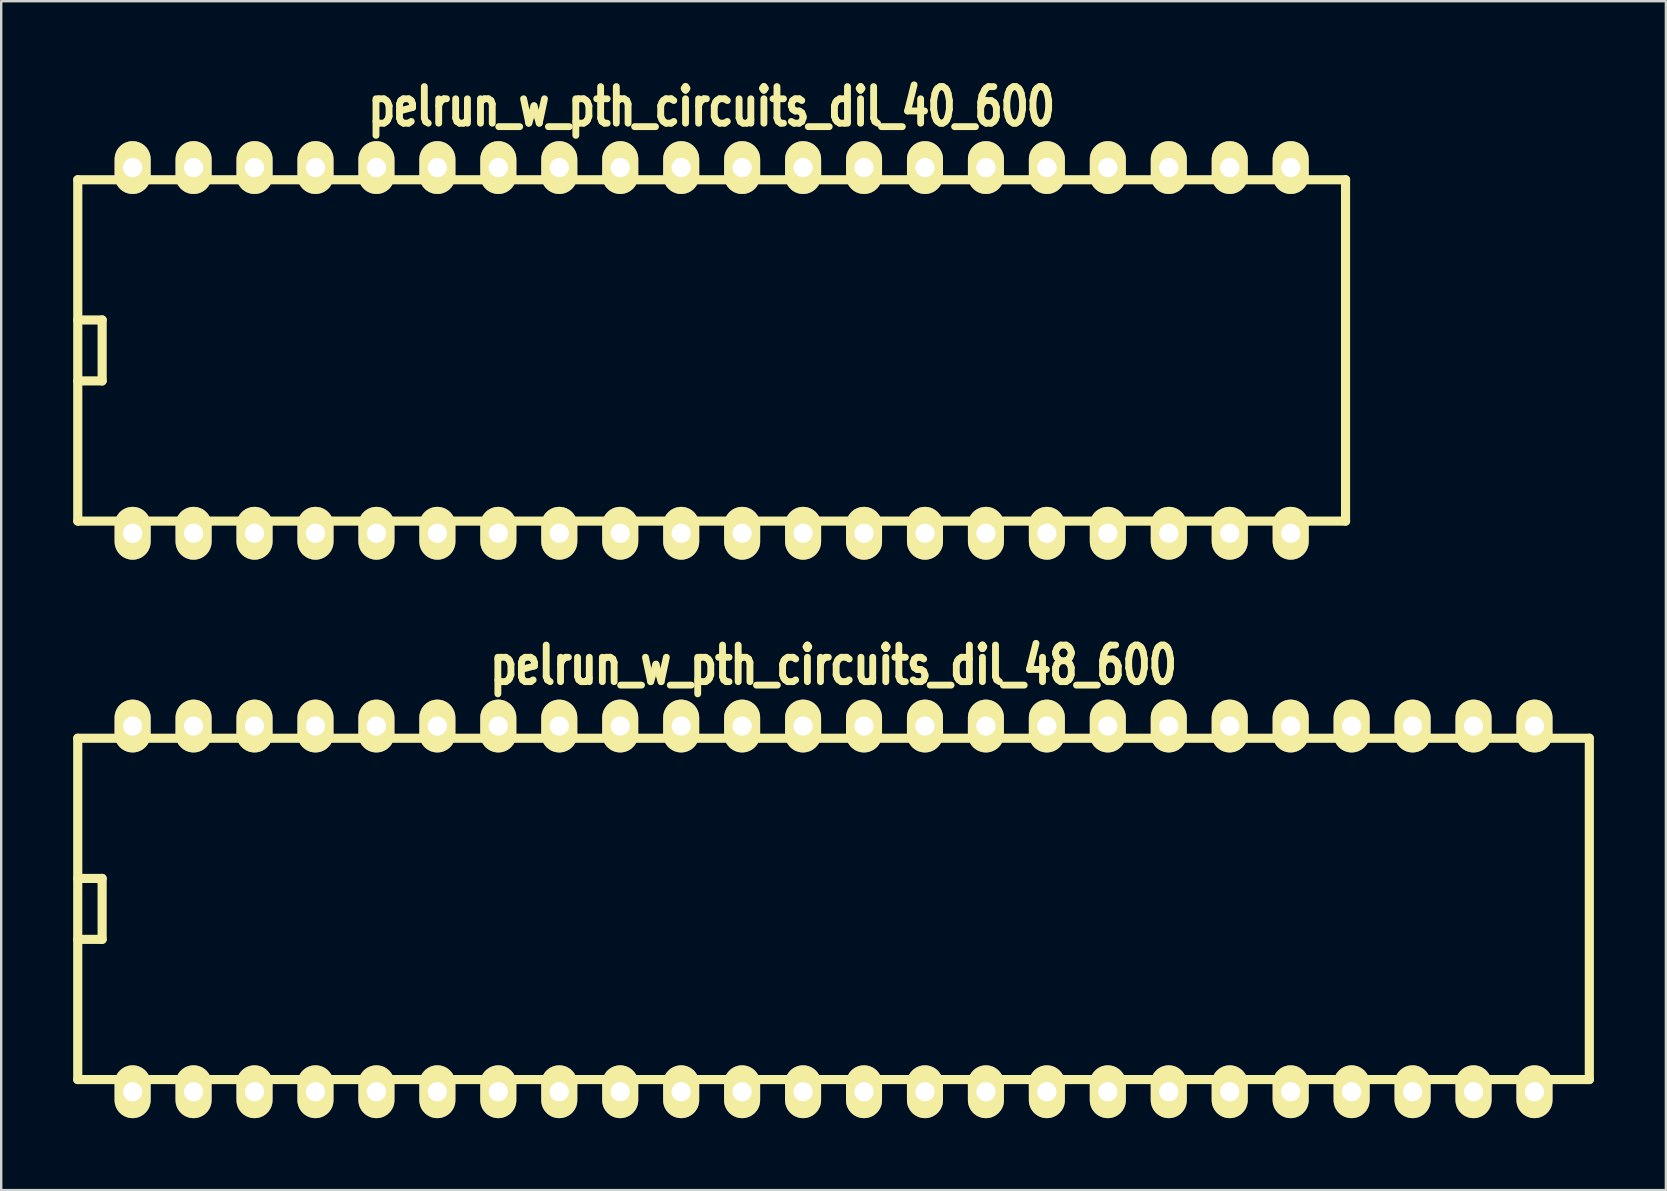
<source format=kicad_pcb>
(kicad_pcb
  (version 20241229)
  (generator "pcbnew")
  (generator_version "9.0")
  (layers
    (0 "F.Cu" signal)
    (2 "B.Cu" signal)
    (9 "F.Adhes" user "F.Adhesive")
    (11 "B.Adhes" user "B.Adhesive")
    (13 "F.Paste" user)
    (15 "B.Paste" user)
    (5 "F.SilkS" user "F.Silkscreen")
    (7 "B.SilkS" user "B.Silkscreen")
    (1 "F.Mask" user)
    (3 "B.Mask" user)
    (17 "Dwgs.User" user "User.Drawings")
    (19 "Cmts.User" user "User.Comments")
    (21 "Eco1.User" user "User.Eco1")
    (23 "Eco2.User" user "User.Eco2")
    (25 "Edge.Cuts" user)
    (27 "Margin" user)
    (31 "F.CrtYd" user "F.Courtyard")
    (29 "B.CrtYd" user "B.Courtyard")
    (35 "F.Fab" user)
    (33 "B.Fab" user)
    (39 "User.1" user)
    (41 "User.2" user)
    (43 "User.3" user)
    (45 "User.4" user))
  (footprint "pelrun_w_pth_circuits_dil_48_600"
    (layer "F.Cu")
    (at 31.686 34.826)
    (property "Reference" "pelrun_w_pth_circuits_dil_48_600" (at 0 -10.16 0) (layer "F.SilkS") (effects (font (size 1.524 1.143) (thickness 0.287))))
    (attr through_hole)
    (fp_line (start -31.496 -7.112) (end -31.496 7.112) (stroke (width 0.381) (type solid)) (layer "F.SilkS"))
    (fp_line (start -30.48 -1.27) (end -31.496 -1.27) (stroke (width 0.381) (type solid)) (layer "F.SilkS"))
    (fp_line (start -30.48 -1.27) (end -30.48 1.27) (stroke (width 0.381) (type solid)) (layer "F.SilkS"))
    (fp_line (start -30.48 1.27) (end -31.496 1.27) (stroke (width 0.381) (type solid)) (layer "F.SilkS"))
    (fp_line (start 31.496 -7.112) (end -31.496 -7.112) (stroke (width 0.381) (type solid)) (layer "F.SilkS"))
    (fp_line (start 31.496 7.112) (end -31.496 7.112) (stroke (width 0.381) (type solid)) (layer "F.SilkS"))
    (fp_line (start 31.496 7.112) (end 31.496 -7.112) (stroke (width 0.381) (type solid)) (layer "F.SilkS"))
    (pad "1" thru_hole oval (at -29.21 7.62) (size 1.501 2.2) (drill 0.8) (layers "*.Cu" "*.Mask" "F.SilkS"))
    (pad "2" thru_hole oval (at -26.67 7.62) (size 1.501 2.2) (drill 0.8) (layers "*.Cu" "*.Mask" "F.SilkS"))
    (pad "3" thru_hole oval (at -24.13 7.62) (size 1.501 2.2) (drill 0.8) (layers "*.Cu" "*.Mask" "F.SilkS"))
    (pad "4" thru_hole oval (at -21.59 7.62) (size 1.501 2.2) (drill 0.8) (layers "*.Cu" "*.Mask" "F.SilkS"))
    (pad "5" thru_hole oval (at -19.05 7.62) (size 1.501 2.2) (drill 0.8) (layers "*.Cu" "*.Mask" "F.SilkS"))
    (pad "6" thru_hole oval (at -16.51 7.62) (size 1.501 2.2) (drill 0.8) (layers "*.Cu" "*.Mask" "F.SilkS"))
    (pad "7" thru_hole oval (at -13.97 7.62) (size 1.501 2.2) (drill 0.8) (layers "*.Cu" "*.Mask" "F.SilkS"))
    (pad "8" thru_hole oval (at -11.43 7.62) (size 1.501 2.2) (drill 0.8) (layers "*.Cu" "*.Mask" "F.SilkS"))
    (pad "9" thru_hole oval (at -8.89 7.62) (size 1.501 2.2) (drill 0.8) (layers "*.Cu" "*.Mask" "F.SilkS"))
    (pad "10" thru_hole oval (at -6.35 7.62) (size 1.501 2.2) (drill 0.8) (layers "*.Cu" "*.Mask" "F.SilkS"))
    (pad "11" thru_hole oval (at -3.81 7.62) (size 1.501 2.2) (drill 0.8) (layers "*.Cu" "*.Mask" "F.SilkS"))
    (pad "12" thru_hole oval (at -1.27 7.62) (size 1.501 2.2) (drill 0.8) (layers "*.Cu" "*.Mask" "F.SilkS"))
    (pad "13" thru_hole oval (at 1.27 7.62) (size 1.501 2.2) (drill 0.8) (layers "*.Cu" "*.Mask" "F.SilkS"))
    (pad "14" thru_hole oval (at 3.81 7.62) (size 1.501 2.2) (drill 0.8) (layers "*.Cu" "*.Mask" "F.SilkS"))
    (pad "15" thru_hole oval (at 6.35 7.62) (size 1.501 2.2) (drill 0.8) (layers "*.Cu" "*.Mask" "F.SilkS"))
    (pad "16" thru_hole oval (at 8.89 7.62) (size 1.501 2.2) (drill 0.8) (layers "*.Cu" "*.Mask" "F.SilkS"))
    (pad "17" thru_hole oval (at 11.43 7.62) (size 1.501 2.2) (drill 0.8) (layers "*.Cu" "*.Mask" "F.SilkS"))
    (pad "18" thru_hole oval (at 13.97 7.62) (size 1.501 2.2) (drill 0.8) (layers "*.Cu" "*.Mask" "F.SilkS"))
    (pad "19" thru_hole oval (at 16.51 7.62) (size 1.501 2.2) (drill 0.8) (layers "*.Cu" "*.Mask" "F.SilkS"))
    (pad "20" thru_hole oval (at 19.05 7.62) (size 1.501 2.2) (drill 0.8) (layers "*.Cu" "*.Mask" "F.SilkS"))
    (pad "21" thru_hole oval (at 21.59 7.62) (size 1.501 2.2) (drill 0.8) (layers "*.Cu" "*.Mask" "F.SilkS"))
    (pad "22" thru_hole oval (at 24.13 7.62) (size 1.501 2.2) (drill 0.8) (layers "*.Cu" "*.Mask" "F.SilkS"))
    (pad "23" thru_hole oval (at 26.67 7.62) (size 1.501 2.2) (drill 0.8) (layers "*.Cu" "*.Mask" "F.SilkS"))
    (pad "24" thru_hole oval (at 29.21 7.62) (size 1.501 2.2) (drill 0.8) (layers "*.Cu" "*.Mask" "F.SilkS"))
    (pad "25" thru_hole oval (at 29.21 -7.62) (size 1.501 2.2) (drill 0.8) (layers "*.Cu" "*.Mask" "F.SilkS"))
    (pad "26" thru_hole oval (at 26.67 -7.62) (size 1.501 2.2) (drill 0.8) (layers "*.Cu" "*.Mask" "F.SilkS"))
    (pad "27" thru_hole oval (at 24.13 -7.62) (size 1.501 2.2) (drill 0.8) (layers "*.Cu" "*.Mask" "F.SilkS"))
    (pad "28" thru_hole oval (at 21.59 -7.62) (size 1.501 2.2) (drill 0.8) (layers "*.Cu" "*.Mask" "F.SilkS"))
    (pad "29" thru_hole oval (at 19.05 -7.62) (size 1.501 2.2) (drill 0.8) (layers "*.Cu" "*.Mask" "F.SilkS"))
    (pad "30" thru_hole oval (at 16.51 -7.62) (size 1.501 2.2) (drill 0.8) (layers "*.Cu" "*.Mask" "F.SilkS"))
    (pad "31" thru_hole oval (at 13.97 -7.62) (size 1.501 2.2) (drill 0.8) (layers "*.Cu" "*.Mask" "F.SilkS"))
    (pad "32" thru_hole oval (at 11.43 -7.62) (size 1.501 2.2) (drill 0.8) (layers "*.Cu" "*.Mask" "F.SilkS"))
    (pad "33" thru_hole oval (at 8.89 -7.62) (size 1.501 2.2) (drill 0.8) (layers "*.Cu" "*.Mask" "F.SilkS"))
    (pad "34" thru_hole oval (at 6.35 -7.62) (size 1.501 2.2) (drill 0.8) (layers "*.Cu" "*.Mask" "F.SilkS"))
    (pad "35" thru_hole oval (at 3.81 -7.62) (size 1.501 2.2) (drill 0.8) (layers "*.Cu" "*.Mask" "F.SilkS"))
    (pad "36" thru_hole oval (at 1.27 -7.62) (size 1.501 2.2) (drill 0.8) (layers "*.Cu" "*.Mask" "F.SilkS"))
    (pad "37" thru_hole oval (at -1.27 -7.62) (size 1.501 2.2) (drill 0.8) (layers "*.Cu" "*.Mask" "F.SilkS"))
    (pad "38" thru_hole oval (at -3.81 -7.62) (size 1.501 2.2) (drill 0.8) (layers "*.Cu" "*.Mask" "F.SilkS"))
    (pad "39" thru_hole oval (at -6.35 -7.62) (size 1.501 2.2) (drill 0.8) (layers "*.Cu" "*.Mask" "F.SilkS"))
    (pad "40" thru_hole oval (at -8.89 -7.62) (size 1.501 2.2) (drill 0.8) (layers "*.Cu" "*.Mask" "F.SilkS"))
    (pad "41" thru_hole oval (at -11.43 -7.62) (size 1.501 2.2) (drill 0.8) (layers "*.Cu" "*.Mask" "F.SilkS"))
    (pad "42" thru_hole oval (at -13.97 -7.62) (size 1.501 2.2) (drill 0.8) (layers "*.Cu" "*.Mask" "F.SilkS"))
    (pad "43" thru_hole oval (at -16.51 -7.62) (size 1.501 2.2) (drill 0.8) (layers "*.Cu" "*.Mask" "F.SilkS"))
    (pad "44" thru_hole oval (at -19.05 -7.62) (size 1.501 2.2) (drill 0.8) (layers "*.Cu" "*.Mask" "F.SilkS"))
    (pad "45" thru_hole oval (at -21.59 -7.62) (size 1.501 2.2) (drill 0.8) (layers "*.Cu" "*.Mask" "F.SilkS"))
    (pad "46" thru_hole oval (at -24.13 -7.62) (size 1.501 2.2) (drill 0.8) (layers "*.Cu" "*.Mask" "F.SilkS"))
    (pad "47" thru_hole oval (at -26.67 -7.62) (size 1.501 2.2) (drill 0.8) (layers "*.Cu" "*.Mask" "F.SilkS"))
    (pad "48" thru_hole oval (at -29.21 -7.62) (size 1.501 2.2) (drill 0.8) (layers "*.Cu" "*.Mask" "F.SilkS")))
  (footprint "pelrun_w_pth_circuits_dil_40_600"
    (layer "F.Cu")
    (at 26.607 11.553)
    (property "Reference" "pelrun_w_pth_circuits_dil_40_600" (at 0 -10.16 0) (layer "F.SilkS") (effects (font (size 1.524 1.143) (thickness 0.287))))
    (attr through_hole)
    (fp_line (start -26.416 -7.112) (end -26.416 7.112) (stroke (width 0.381) (type solid)) (layer "F.SilkS"))
    (fp_line (start -25.4 -1.27) (end -26.416 -1.27) (stroke (width 0.381) (type solid)) (layer "F.SilkS"))
    (fp_line (start -25.4 -1.27) (end -25.4 1.27) (stroke (width 0.381) (type solid)) (layer "F.SilkS"))
    (fp_line (start -25.4 1.27) (end -26.416 1.27) (stroke (width 0.381) (type solid)) (layer "F.SilkS"))
    (fp_line (start 26.416 -7.112) (end -26.416 -7.112) (stroke (width 0.381) (type solid)) (layer "F.SilkS"))
    (fp_line (start 26.416 7.112) (end -26.416 7.112) (stroke (width 0.381) (type solid)) (layer "F.SilkS"))
    (fp_line (start 26.416 7.112) (end 26.416 -7.112) (stroke (width 0.381) (type solid)) (layer "F.SilkS"))
    (pad "1" thru_hole oval (at -24.13 7.62) (size 1.501 2.2) (drill 0.8) (layers "*.Cu" "*.Mask" "F.SilkS"))
    (pad "2" thru_hole oval (at -21.59 7.62) (size 1.501 2.2) (drill 0.8) (layers "*.Cu" "*.Mask" "F.SilkS"))
    (pad "3" thru_hole oval (at -19.05 7.62) (size 1.501 2.2) (drill 0.8) (layers "*.Cu" "*.Mask" "F.SilkS"))
    (pad "4" thru_hole oval (at -16.51 7.62) (size 1.501 2.2) (drill 0.8) (layers "*.Cu" "*.Mask" "F.SilkS"))
    (pad "5" thru_hole oval (at -13.97 7.62) (size 1.501 2.2) (drill 0.8) (layers "*.Cu" "*.Mask" "F.SilkS"))
    (pad "6" thru_hole oval (at -11.43 7.62) (size 1.501 2.2) (drill 0.8) (layers "*.Cu" "*.Mask" "F.SilkS"))
    (pad "7" thru_hole oval (at -8.89 7.62) (size 1.501 2.2) (drill 0.8) (layers "*.Cu" "*.Mask" "F.SilkS"))
    (pad "8" thru_hole oval (at -6.35 7.62) (size 1.501 2.2) (drill 0.8) (layers "*.Cu" "*.Mask" "F.SilkS"))
    (pad "9" thru_hole oval (at -3.81 7.62) (size 1.501 2.2) (drill 0.8) (layers "*.Cu" "*.Mask" "F.SilkS"))
    (pad "10" thru_hole oval (at -1.27 7.62) (size 1.501 2.2) (drill 0.8) (layers "*.Cu" "*.Mask" "F.SilkS"))
    (pad "11" thru_hole oval (at 1.27 7.62) (size 1.501 2.2) (drill 0.8) (layers "*.Cu" "*.Mask" "F.SilkS"))
    (pad "12" thru_hole oval (at 3.81 7.62) (size 1.501 2.2) (drill 0.8) (layers "*.Cu" "*.Mask" "F.SilkS"))
    (pad "13" thru_hole oval (at 6.35 7.62) (size 1.501 2.2) (drill 0.8) (layers "*.Cu" "*.Mask" "F.SilkS"))
    (pad "14" thru_hole oval (at 8.89 7.62) (size 1.501 2.2) (drill 0.8) (layers "*.Cu" "*.Mask" "F.SilkS"))
    (pad "15" thru_hole oval (at 11.43 7.62) (size 1.501 2.2) (drill 0.8) (layers "*.Cu" "*.Mask" "F.SilkS"))
    (pad "16" thru_hole oval (at 13.97 7.62) (size 1.501 2.2) (drill 0.8) (layers "*.Cu" "*.Mask" "F.SilkS"))
    (pad "17" thru_hole oval (at 16.51 7.62) (size 1.501 2.2) (drill 0.8) (layers "*.Cu" "*.Mask" "F.SilkS"))
    (pad "18" thru_hole oval (at 19.05 7.62) (size 1.501 2.2) (drill 0.8) (layers "*.Cu" "*.Mask" "F.SilkS"))
    (pad "19" thru_hole oval (at 21.59 7.62) (size 1.501 2.2) (drill 0.8) (layers "*.Cu" "*.Mask" "F.SilkS"))
    (pad "20" thru_hole oval (at 24.13 7.62) (size 1.501 2.2) (drill 0.8) (layers "*.Cu" "*.Mask" "F.SilkS"))
    (pad "21" thru_hole oval (at 24.13 -7.62) (size 1.501 2.2) (drill 0.8) (layers "*.Cu" "*.Mask" "F.SilkS"))
    (pad "22" thru_hole oval (at 21.59 -7.62) (size 1.501 2.2) (drill 0.8) (layers "*.Cu" "*.Mask" "F.SilkS"))
    (pad "23" thru_hole oval (at 19.05 -7.62) (size 1.501 2.2) (drill 0.8) (layers "*.Cu" "*.Mask" "F.SilkS"))
    (pad "24" thru_hole oval (at 16.51 -7.62) (size 1.501 2.2) (drill 0.8) (layers "*.Cu" "*.Mask" "F.SilkS"))
    (pad "25" thru_hole oval (at 13.97 -7.62) (size 1.501 2.2) (drill 0.8) (layers "*.Cu" "*.Mask" "F.SilkS"))
    (pad "26" thru_hole oval (at 11.43 -7.62) (size 1.501 2.2) (drill 0.8) (layers "*.Cu" "*.Mask" "F.SilkS"))
    (pad "27" thru_hole oval (at 8.89 -7.62) (size 1.501 2.2) (drill 0.8) (layers "*.Cu" "*.Mask" "F.SilkS"))
    (pad "28" thru_hole oval (at 6.35 -7.62) (size 1.501 2.2) (drill 0.8) (layers "*.Cu" "*.Mask" "F.SilkS"))
    (pad "29" thru_hole oval (at 3.81 -7.62) (size 1.501 2.2) (drill 0.8) (layers "*.Cu" "*.Mask" "F.SilkS"))
    (pad "30" thru_hole oval (at 1.27 -7.62) (size 1.501 2.2) (drill 0.8) (layers "*.Cu" "*.Mask" "F.SilkS"))
    (pad "31" thru_hole oval (at -1.27 -7.62) (size 1.501 2.2) (drill 0.8) (layers "*.Cu" "*.Mask" "F.SilkS"))
    (pad "32" thru_hole oval (at -3.81 -7.62) (size 1.501 2.2) (drill 0.8) (layers "*.Cu" "*.Mask" "F.SilkS"))
    (pad "33" thru_hole oval (at -6.35 -7.62) (size 1.501 2.2) (drill 0.8) (layers "*.Cu" "*.Mask" "F.SilkS"))
    (pad "34" thru_hole oval (at -8.89 -7.62) (size 1.501 2.2) (drill 0.8) (layers "*.Cu" "*.Mask" "F.SilkS"))
    (pad "35" thru_hole oval (at -11.43 -7.62) (size 1.501 2.2) (drill 0.8) (layers "*.Cu" "*.Mask" "F.SilkS"))
    (pad "36" thru_hole oval (at -13.97 -7.62) (size 1.501 2.2) (drill 0.8) (layers "*.Cu" "*.Mask" "F.SilkS"))
    (pad "37" thru_hole oval (at -16.51 -7.62) (size 1.501 2.2) (drill 0.8) (layers "*.Cu" "*.Mask" "F.SilkS"))
    (pad "38" thru_hole oval (at -19.05 -7.62) (size 1.501 2.2) (drill 0.8) (layers "*.Cu" "*.Mask" "F.SilkS"))
    (pad "39" thru_hole oval (at -21.59 -7.62) (size 1.501 2.2) (drill 0.8) (layers "*.Cu" "*.Mask" "F.SilkS"))
    (pad "40" thru_hole oval (at -24.13 -7.62) (size 1.501 2.2) (drill 0.8) (layers "*.Cu" "*.Mask" "F.SilkS")))
  (gr_rect
    (start -3 -3)
    (end 66.373 46.546)
    (stroke (width 0.1) (type default))
    (fill no)
    (layer "Edge.Cuts")))
</source>
